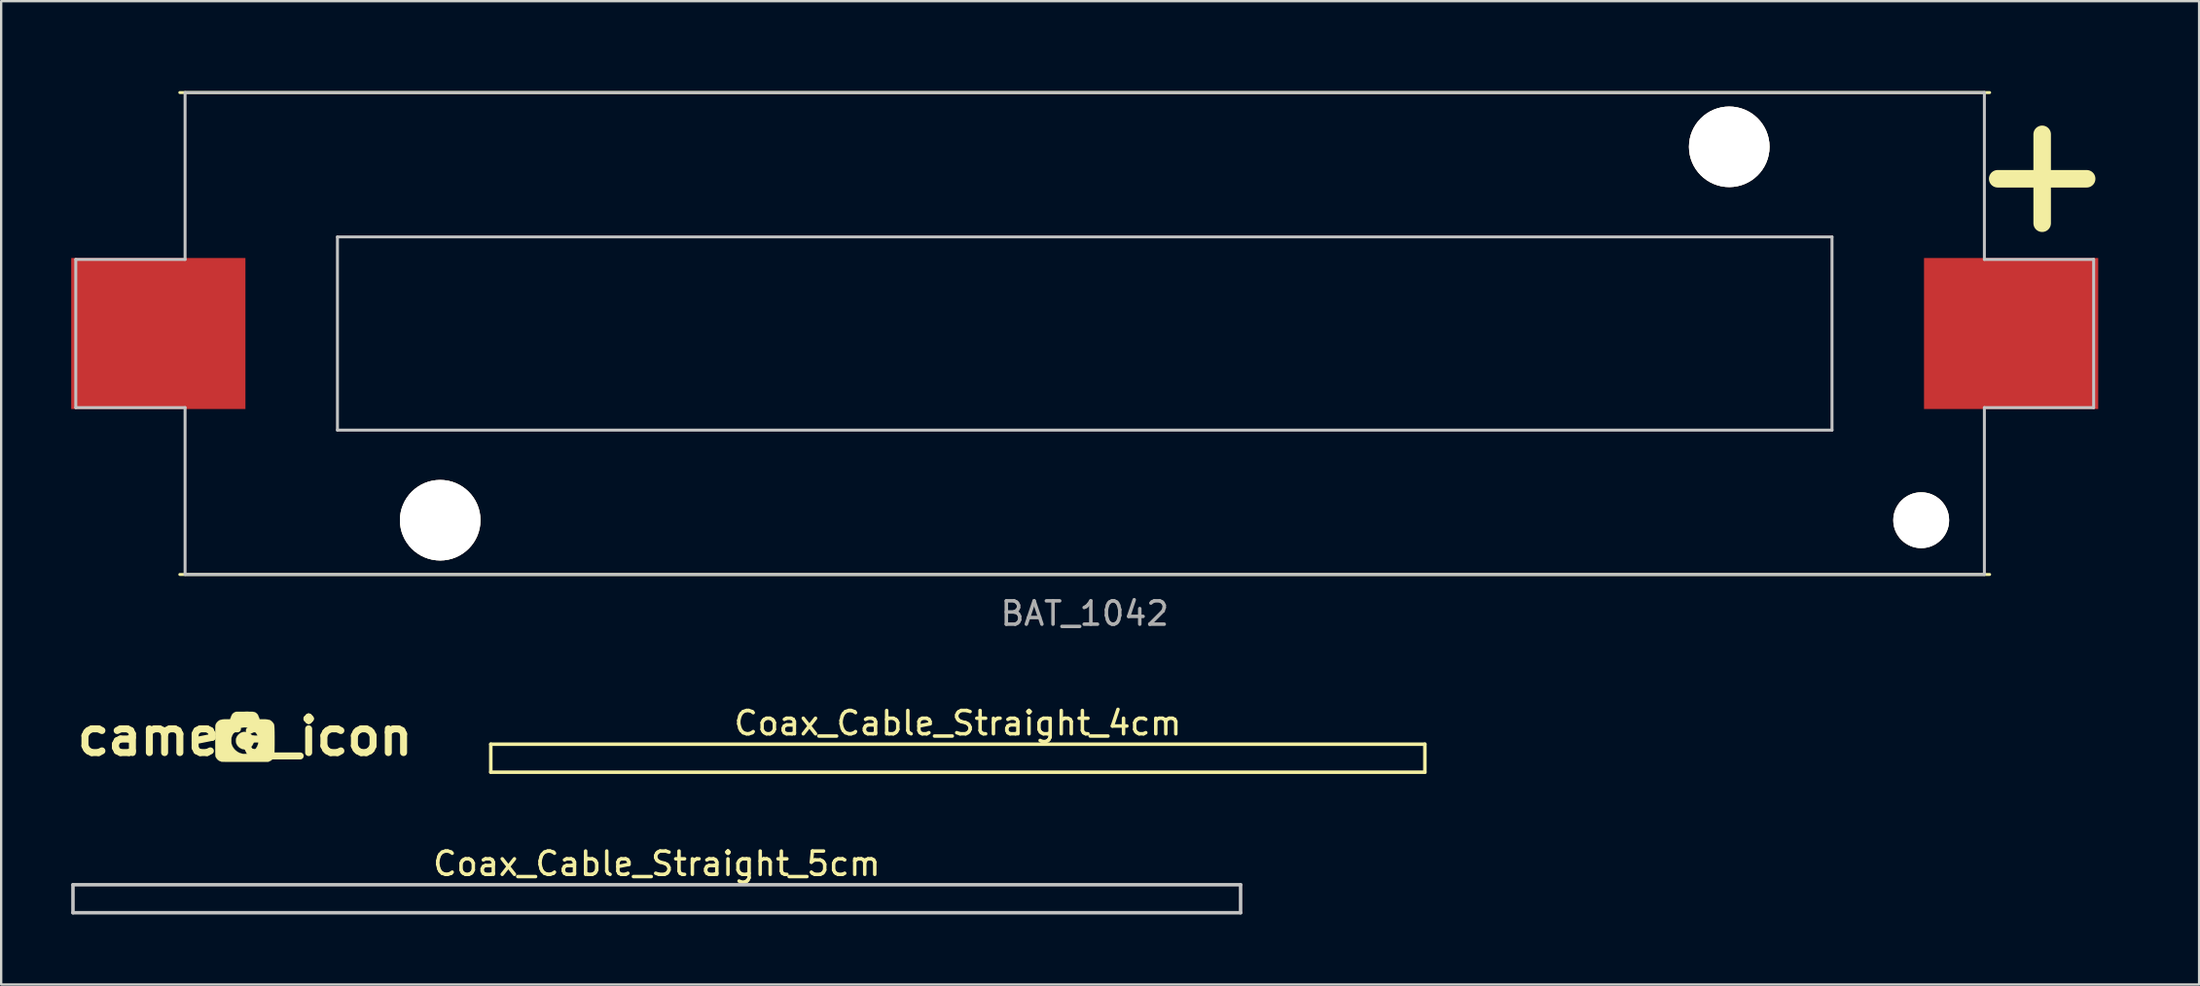
<source format=kicad_pcb>
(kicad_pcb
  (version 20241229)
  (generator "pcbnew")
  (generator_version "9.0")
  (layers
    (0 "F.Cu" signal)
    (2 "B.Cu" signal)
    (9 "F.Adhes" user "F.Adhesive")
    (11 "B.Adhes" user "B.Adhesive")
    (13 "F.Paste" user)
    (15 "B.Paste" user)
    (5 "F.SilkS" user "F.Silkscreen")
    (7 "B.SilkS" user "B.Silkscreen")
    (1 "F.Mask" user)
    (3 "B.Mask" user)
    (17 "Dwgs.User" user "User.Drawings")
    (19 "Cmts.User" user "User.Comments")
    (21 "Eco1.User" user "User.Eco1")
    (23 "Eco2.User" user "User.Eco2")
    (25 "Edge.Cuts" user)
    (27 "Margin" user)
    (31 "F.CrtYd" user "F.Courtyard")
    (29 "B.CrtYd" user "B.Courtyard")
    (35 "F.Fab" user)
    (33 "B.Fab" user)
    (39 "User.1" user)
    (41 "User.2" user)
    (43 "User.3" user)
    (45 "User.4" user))
  (footprint "Coax_Cable_Straight_4cm"
    (layer "F.Cu")
    (at 37.967 29.438)
    (property "Reference" "Coax_Cable_Straight_4cm" (at 0 -1.5 0) (layer "F.SilkS") (effects (font (size 1 1) (thickness 0.15))))
    (attr through_hole)
    (fp_line (start -20 -0.6) (end 20 -0.6) (stroke (width 0.15) (type solid)) (layer "F.SilkS"))
    (fp_line (start -20 0.6) (end -20 -0.6) (stroke (width 0.15) (type solid)) (layer "F.SilkS"))
    (fp_line (start -20 0.6) (end 20 0.6) (stroke (width 0.15) (type solid)) (layer "F.SilkS"))
    (fp_line (start 20 -0.6) (end 20 0.6) (stroke (width 0.15) (type solid)) (layer "F.SilkS")))
  (footprint "Coax_Cable_Straight_5cm"
    (layer "F.Cu")
    (at 25.075 35.461)
    (property "Reference" "Coax_Cable_Straight_5cm" (at 0 -1.5 0) (layer "F.SilkS") (effects (font (size 1 1) (thickness 0.15))))
    (attr through_hole)
    (fp_line (start -25 -0.6) (end 25 -0.6) (stroke (width 0.15) (type solid)) (layer "Dwgs.User"))
    (fp_line (start -25 0.6) (end -25 -0.6) (stroke (width 0.15) (type solid)) (layer "Dwgs.User"))
    (fp_line (start -25 0.6) (end 25 0.6) (stroke (width 0.15) (type solid)) (layer "Dwgs.User"))
    (fp_line (start 25 -0.6) (end 25 0.6) (stroke (width 0.15) (type solid)) (layer "Dwgs.User")))
  (footprint "camera_icon"
    (layer "F.Cu")
    (at 7.446 28.508)
    (property "Reference" "camera_icon" (at 0 0 0) (layer "F.SilkS") (effects (font (size 1.524 1.524) (thickness 0.3))))
    (attr through_hole)
    (fp_poly (pts (xy 0.022 -0.192) (xy 0.073 -0.185) (xy 0.11 -0.176) (xy 0.171 -0.15) (xy 0.226 -0.114) (xy 0.274 -0.07) (xy 0.314 -0.019) (xy 0.344 0.037) (xy 0.359 0.08) (xy 0.365 0.115) (xy 0.368 0.156) (xy 0.369 0.2) (xy 0.366 0.241) (xy 0.36 0.275) (xy 0.359 0.278) (xy 0.335 0.337) (xy 0.301 0.393) (xy 0.258 0.442) (xy 0.207 0.484) (xy 0.151 0.516) (xy 0.095 0.537) (xy 0.059 0.544) (xy 0.016 0.548) (xy -0.028 0.55) (xy -0.067 0.547) (xy -0.077 0.546) (xy -0.139 0.53) (xy -0.199 0.502) (xy -0.253 0.465) (xy -0.301 0.419) (xy -0.341 0.367) (xy -0.37 0.308) (xy -0.375 0.296) (xy -0.385 0.255) (xy -0.391 0.207) (xy -0.392 0.158) (xy -0.388 0.113) (xy -0.388 0.111) (xy -0.371 0.052) (xy -0.344 -0.004) (xy -0.307 -0.056) (xy -0.261 -0.102) (xy -0.209 -0.141) (xy -0.151 -0.17) (xy -0.127 -0.179) (xy -0.083 -0.188) (xy -0.032 -0.193) (xy 0.022 -0.192)) (stroke (width 0.01) (type solid)) (fill yes) (layer "F.SilkS"))
    (fp_poly (pts (xy 0.183 -1.059) (xy 0.24 -1.059) (xy 0.286 -1.058) (xy 0.322 -1.057) (xy 0.346 -1.056) (xy 0.354 -1.055) (xy 0.411 -1.04) (xy 0.461 -1.013) (xy 0.506 -0.976) (xy 0.51 -0.972) (xy 0.524 -0.956) (xy 0.535 -0.942) (xy 0.545 -0.925) (xy 0.555 -0.904) (xy 0.567 -0.877) (xy 0.582 -0.84) (xy 0.585 -0.832) (xy 0.624 -0.73) (xy 0.787 -0.73) (xy 0.855 -0.73) (xy 0.912 -0.728) (xy 0.96 -0.724) (xy 1.001 -0.718) (xy 1.035 -0.71) (xy 1.065 -0.698) (xy 1.092 -0.683) (xy 1.119 -0.664) (xy 1.146 -0.64) (xy 1.153 -0.633) (xy 1.194 -0.588) (xy 1.224 -0.541) (xy 1.244 -0.49) (xy 1.248 -0.476) (xy 1.249 -0.462) (xy 1.251 -0.436) (xy 1.252 -0.4) (xy 1.254 -0.354) (xy 1.255 -0.3) (xy 1.256 -0.239) (xy 1.257 -0.172) (xy 1.257 -0.1) (xy 1.258 -0.024) (xy 1.258 0.055) (xy 1.258 0.135) (xy 1.258 0.217) (xy 1.258 0.297) (xy 1.258 0.376) (xy 1.257 0.452) (xy 1.257 0.524) (xy 1.256 0.592) (xy 1.255 0.653) (xy 1.254 0.707) (xy 1.252 0.753) (xy 1.251 0.79) (xy 1.249 0.816) (xy 1.248 0.831) (xy 1.248 0.831) (xy 1.228 0.889) (xy 1.197 0.941) (xy 1.156 0.988) (xy 1.107 1.028) (xy 1.051 1.059) (xy 1.028 1.068) (xy 0.987 1.083) (xy 0.006 1.084) (xy -0.127 1.084) (xy -0.249 1.084) (xy -0.359 1.084) (xy -0.458 1.084) (xy -0.546 1.084) (xy -0.625 1.084) (xy -0.695 1.084) (xy -0.756 1.083) (xy -0.809 1.083) (xy -0.854 1.083) (xy -0.892 1.082) (xy -0.925 1.081) (xy -0.951 1.081) (xy -0.972 1.08) (xy -0.989 1.079) (xy -1.002 1.078) (xy -1.011 1.077) (xy -1.016 1.076) (xy -1.075 1.057) (xy -1.13 1.027) (xy -1.178 0.989) (xy -1.218 0.943) (xy -1.249 0.891) (xy -1.264 0.853) (xy -1.266 0.846) (xy -1.268 0.838) (xy -1.269 0.83) (xy -1.271 0.819) (xy -1.272 0.806) (xy -1.273 0.79) (xy -1.274 0.769) (xy -1.274 0.744) (xy -1.275 0.712) (xy -1.275 0.674) (xy -1.276 0.629) (xy -1.276 0.575) (xy -1.276 0.512) (xy -1.276 0.44) (xy -1.276 0.358) (xy -1.276 0.264) (xy -1.276 0.178) (xy -0.594 0.178) (xy -0.593 0.218) (xy -0.592 0.249) (xy -0.59 0.274) (xy -0.587 0.295) (xy -0.582 0.317) (xy -0.579 0.327) (xy -0.551 0.403) (xy -0.511 0.475) (xy -0.462 0.54) (xy -0.404 0.599) (xy -0.339 0.65) (xy -0.268 0.691) (xy -0.192 0.722) (xy -0.112 0.742) (xy -0.11 0.743) (xy -0.072 0.747) (xy -0.027 0.748) (xy 0.021 0.747) (xy 0.067 0.744) (xy 0.098 0.74) (xy 0.179 0.719) (xy 0.256 0.687) (xy 0.328 0.644) (xy 0.394 0.589) (xy 0.445 0.537) (xy 0.493 0.471) (xy 0.53 0.4) (xy 0.556 0.324) (xy 0.571 0.246) (xy 0.576 0.166) (xy 0.568 0.087) (xy 0.55 0.009) (xy 0.524 -0.055) (xy 0.493 -0.113) (xy 0.457 -0.165) (xy 0.412 -0.215) (xy 0.406 -0.221) (xy 0.342 -0.277) (xy 0.274 -0.322) (xy 0.2 -0.356) (xy 0.139 -0.376) (xy 0.097 -0.384) (xy 0.046 -0.389) (xy -0.009 -0.391) (xy -0.064 -0.39) (xy -0.115 -0.385) (xy -0.158 -0.377) (xy -0.162 -0.376) (xy -0.242 -0.348) (xy -0.316 -0.309) (xy -0.385 -0.261) (xy -0.445 -0.204) (xy -0.497 -0.14) (xy -0.54 -0.069) (xy -0.572 0.007) (xy -0.579 0.03) (xy -0.585 0.052) (xy -0.589 0.074) (xy -0.592 0.098) (xy -0.593 0.127) (xy -0.594 0.166) (xy -0.594 0.178) (xy -1.276 0.178) (xy -1.276 0.074) (xy -1.276 -0.018) (xy -1.276 -0.099) (xy -1.276 -0.169) (xy -1.276 -0.23) (xy -1.276 -0.282) (xy -1.275 -0.326) (xy -1.275 -0.363) (xy -1.274 -0.393) (xy -1.274 -0.418) (xy -1.273 -0.438) (xy -1.272 -0.453) (xy -1.27 -0.466) (xy -1.269 -0.476) (xy -1.267 -0.484) (xy -1.265 -0.491) (xy -1.264 -0.497) (xy -1.241 -0.551) (xy -1.208 -0.6) (xy -1.166 -0.644) (xy -1.118 -0.68) (xy -1.095 -0.692) (xy -1.072 -0.703) (xy -1.049 -0.712) (xy -1.023 -0.718) (xy -0.995 -0.723) (xy -0.96 -0.727) (xy -0.919 -0.729) (xy -0.868 -0.73) (xy -0.807 -0.73) (xy -0.806 -0.73) (xy -0.645 -0.73) (xy -0.61 -0.821) (xy -0.597 -0.855) (xy -0.583 -0.888) (xy -0.57 -0.917) (xy -0.56 -0.937) (xy -0.557 -0.942) (xy -0.531 -0.974) (xy -0.495 -1.005) (xy -0.451 -1.032) (xy -0.435 -1.04) (xy -0.397 -1.057) (xy -0.042 -1.059) (xy 0.041 -1.06) (xy 0.117 -1.06) (xy 0.183 -1.059)) (stroke (width 0.01) (type solid)) (fill yes) (layer "F.SilkS")))
  (footprint "BAT_1042"
    (layer "F.Cu")
    (at 43.4 11.241)
    (property "Reference" "BAT_1042" (at 0 12 0) (layer "F.Fab") (effects (font (size 1 1) (thickness 0.15))))
    (attr through_hole)
    (fp_line (start -38.75 -10.325) (end 38.75 -10.325) (stroke (width 0.127) (type solid)) (layer "F.SilkS"))
    (fp_line (start 38.75 10.325) (end -38.75 10.325) (stroke (width 0.127) (type solid)) (layer "F.SilkS"))
    (fp_line (start -43.205 -3.175) (end -38.525 -3.175) (stroke (width 0.127) (type solid)) (layer "Dwgs.User"))
    (fp_line (start -43.205 3.175) (end -43.205 -3.175) (stroke (width 0.127) (type solid)) (layer "Dwgs.User"))
    (fp_line (start -38.525 -10.325) (end 38.525 -10.325) (stroke (width 0.127) (type solid)) (layer "Dwgs.User"))
    (fp_line (start -38.525 -3.175) (end -38.525 -10.325) (stroke (width 0.127) (type solid)) (layer "Dwgs.User"))
    (fp_line (start -38.525 3.175) (end -43.205 3.175) (stroke (width 0.127) (type solid)) (layer "Dwgs.User"))
    (fp_line (start -38.525 10.325) (end -38.525 3.175) (stroke (width 0.127) (type solid)) (layer "Dwgs.User"))
    (fp_line (start -32 -4.14) (end -32 4.14) (stroke (width 0.127) (type solid)) (layer "Dwgs.User"))
    (fp_line (start -32 4.14) (end 32 4.14) (stroke (width 0.127) (type solid)) (layer "Dwgs.User"))
    (fp_line (start 32 -4.14) (end -32 -4.14) (stroke (width 0.127) (type solid)) (layer "Dwgs.User"))
    (fp_line (start 32 4.14) (end 32 -4.14) (stroke (width 0.127) (type solid)) (layer "Dwgs.User"))
    (fp_line (start 38.525 -10.325) (end 38.525 -3.175) (stroke (width 0.127) (type solid)) (layer "Dwgs.User"))
    (fp_line (start 38.525 -3.175) (end 43.205 -3.175) (stroke (width 0.127) (type solid)) (layer "Dwgs.User"))
    (fp_line (start 38.525 3.175) (end 38.525 10.325) (stroke (width 0.127) (type solid)) (layer "Dwgs.User"))
    (fp_line (start 38.525 10.325) (end -38.525 10.325) (stroke (width 0.127) (type solid)) (layer "Dwgs.User"))
    (fp_line (start 43.205 -3.175) (end 43.205 3.175) (stroke (width 0.127) (type solid)) (layer "Dwgs.User"))
    (fp_line (start 43.205 3.175) (end 38.525 3.175) (stroke (width 0.127) (type solid)) (layer "Dwgs.User"))
    (fp_text user "+" (at 41 -7 0) (layer "F.SilkS") (effects (font (size 5 5) (thickness 0.75))))
    (pad "" thru_hole circle (at -27.6 8) (size 3.45 3.45) (drill 3.45) (layers "*.Cu" "*.Mask" "F.SilkS"))
    (pad "" thru_hole circle (at 27.6 -8) (size 3.45 3.45) (drill 3.45) (layers "*.Cu" "*.Mask" "F.SilkS"))
    (pad "" thru_hole circle (at 35.82 8) (size 2.39 2.39) (drill 2.39) (layers "*.Cu" "*.Mask" "F.SilkS"))
    (pad "1" smd rect (at 39.67 0) (size 7.46 6.47) (layers "F.Cu" "F.Mask" "F.Paste"))
    (pad "2" smd rect (at -39.67 0) (size 7.46 6.47) (layers "F.Cu" "F.Mask" "F.Paste")))
  (gr_rect
    (start -3 -3)
    (end 91.12 39.136)
    (stroke (width 0.1) (type default))
    (fill no)
    (layer "Edge.Cuts")))
</source>
